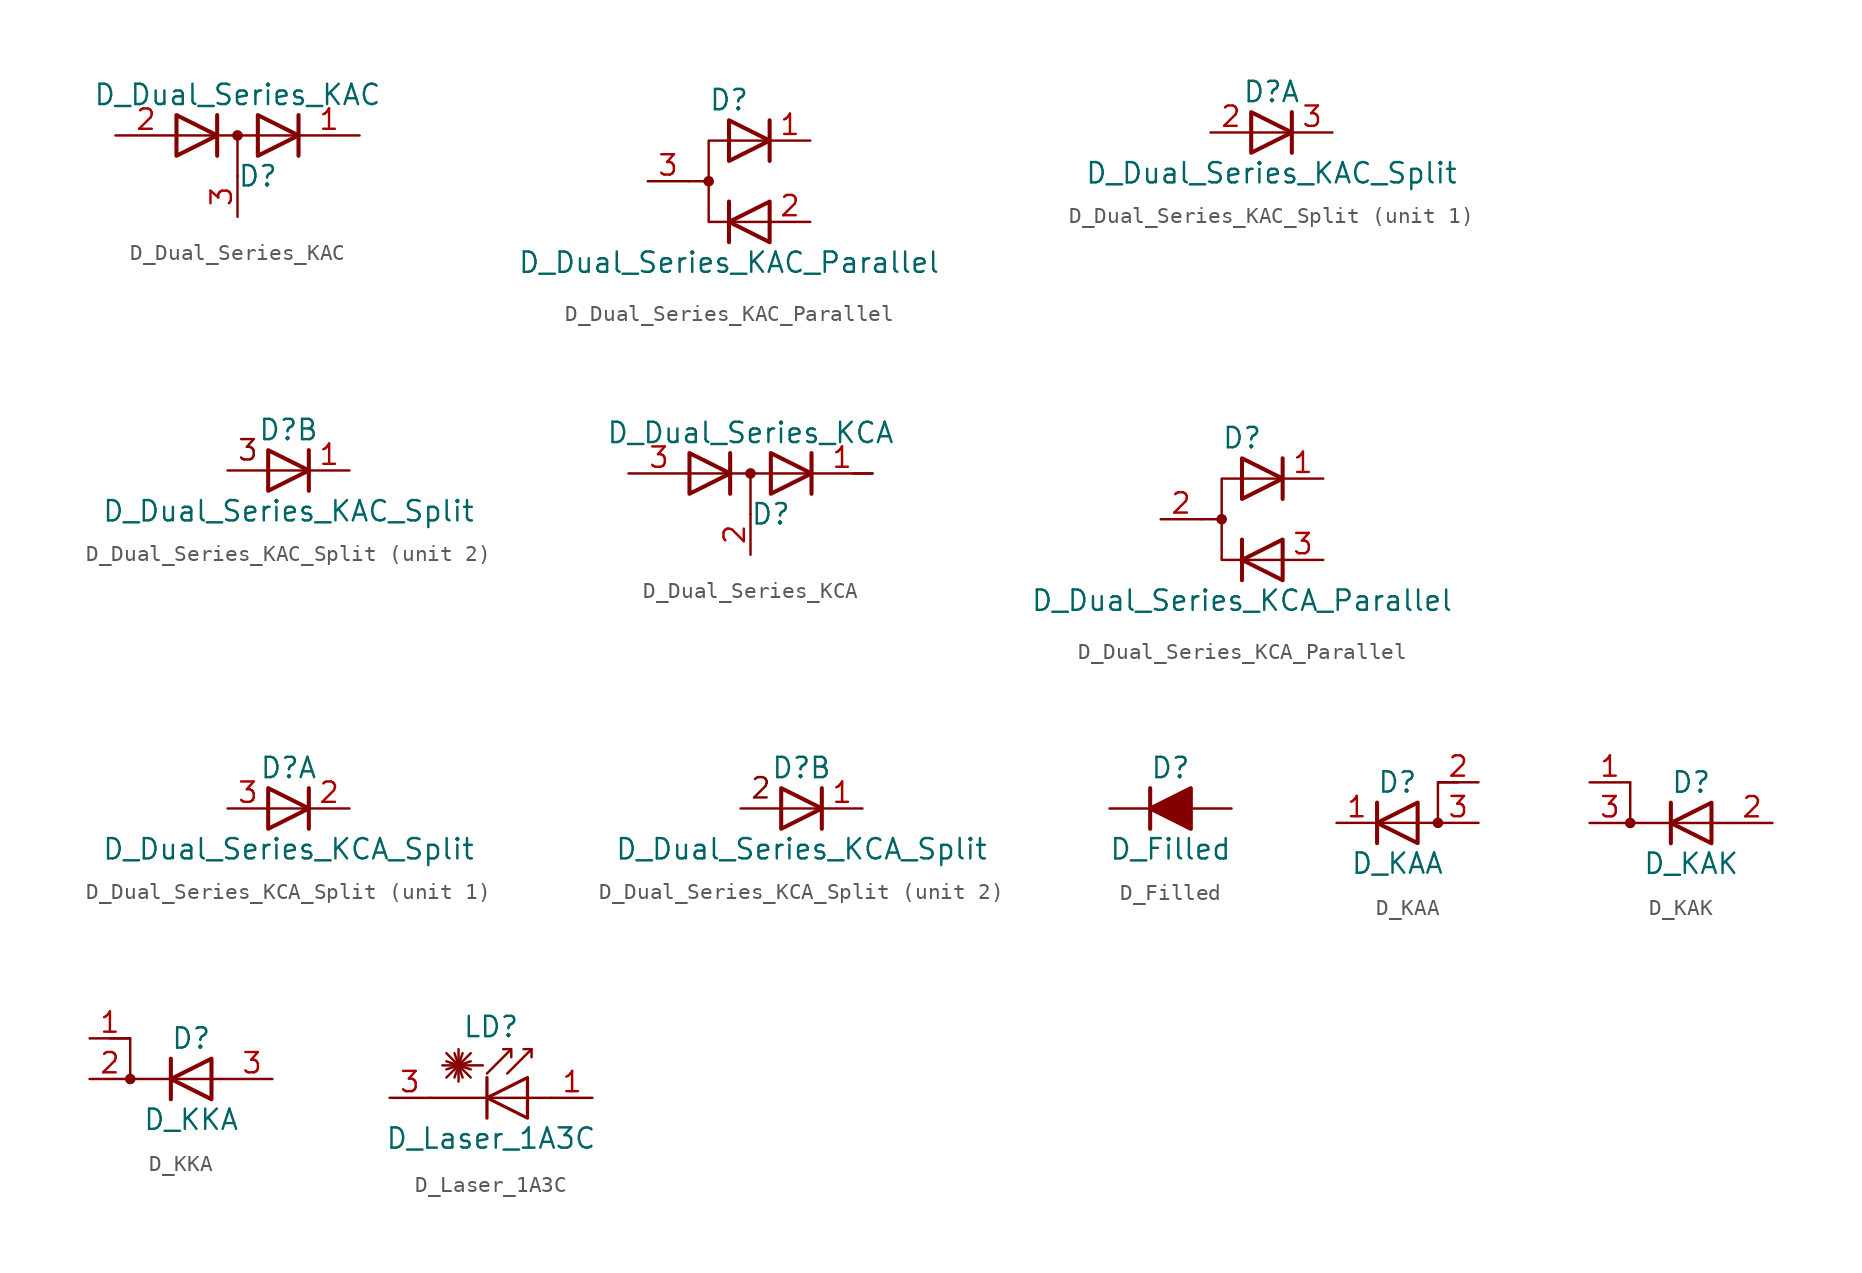
<source format=kicad_sym>
(kicad_symbol_lib
  (version 20241209)
  (generator "kicad_symbol_editor")
  (generator_version "9.0")
  (symbol "D_Dual_Series_KAC"
    (pin_names
      (offset 0.762)
      (hide yes))
    (property "Reference" "D"
      (at 1.27 -2.54 0)
      (effects (font (size 1.27 1.27))))
    (property "Value" "D_Dual_Series_KAC"
      (at 0 2.54 0)
      (effects (font (size 1.27 1.27))))
    (symbol "D_Dual_Series_KAC_0_1"
      (polyline (pts (xy -3.81 1.27) (xy -1.27 0) (xy -3.81 -1.27) (xy -3.81 1.27) (xy -3.81 1.27) (xy -3.81 1.27)) (stroke (width 0.254) (type solid)) (fill (type none)))
      (polyline (pts (xy -1.27 -1.27) (xy -1.27 1.27) (xy -1.27 1.27)) (stroke (width 0.254) (type solid)) (fill (type none)))
      (polyline (pts (xy 0 0) (xy 0 -2.54)) (stroke (width 0) (type solid)) (fill (type none)))
      (circle (center 0 0) (radius 0.254) (stroke (width 0) (type solid)) (fill (type outline)))
      (polyline (pts (xy 1.27 1.27) (xy 3.81 0) (xy 1.27 -1.27) (xy 1.27 1.27) (xy 1.27 1.27) (xy 1.27 1.27)) (stroke (width 0.254) (type solid)) (fill (type none)))
      (polyline (pts (xy 3.81 1.27) (xy 3.81 -1.27) (xy 3.81 -1.27)) (stroke (width 0.254) (type solid)) (fill (type none)))
      (polyline (pts (xy 3.81 0) (xy -3.81 0)) (stroke (width 0) (type solid)) (fill (type none)))
      (pin passive line (at -7.62 0 0) (length 3.81) (name "A" (effects (font (size 1.27 1.27)))) (number "2" (effects (font (size 1.27 1.27)))))
      (pin passive line (at 0 -5.08 90) (length 2.54) (name "common" (effects (font (size 1.27 1.27)))) (number "3" (effects (font (size 1.27 1.27)))))
      (pin passive line (at 7.62 0 180) (length 3.81) (name "K" (effects (font (size 1.27 1.27)))) (number "1" (effects (font (size 1.27 1.27)))))))
  (symbol "D_Dual_Series_KAC_Parallel"
    (pin_names
      (offset 0.762)
      (hide yes))
    (property "Reference" "D"
      (at 0 5.08 0)
      (effects (font (size 1.27 1.27))))
    (property "Value" "D_Dual_Series_KAC_Parallel"
      (at 0 -5.08 0)
      (effects (font (size 1.27 1.27))))
    (symbol "D_Dual_Series_KAC_Parallel_0_0"
      (polyline (pts (xy 0 -1.27) (xy 0 -3.81)) (stroke (width 0.254) (type solid)) (fill (type none)))
      (polyline (pts (xy 2.54 3.81) (xy 2.54 1.27)) (stroke (width 0.254) (type solid)) (fill (type none))))
    (symbol "D_Dual_Series_KAC_Parallel_0_1"
      (circle (center -1.27 0) (radius 0.254) (stroke (width 0) (type solid)) (fill (type outline)))
      (polyline (pts (xy -1.27 0) (xy -2.54 0)) (stroke (width 0) (type solid)) (fill (type none)))
      (polyline (pts (xy 0 3.81) (xy 2.54 2.54) (xy 0 1.27) (xy 0 3.81) (xy 0 3.81) (xy 0 3.81)) (stroke (width 0.254) (type solid)) (fill (type none)))
      (polyline (pts (xy 2.54 2.54) (xy -1.27 2.54) (xy -1.27 -2.54) (xy 2.54 -2.54)) (stroke (width 0) (type solid)) (fill (type none)))
      (polyline (pts (xy 2.54 -1.27) (xy 0 -2.54) (xy 2.54 -3.81) (xy 2.54 -1.27) (xy 2.54 -1.27) (xy 2.54 -1.27)) (stroke (width 0.254) (type solid)) (fill (type none)))
      (pin passive line (at -5.08 0 0) (length 2.54) (name "A" (effects (font (size 1.27 1.27)))) (number "3" (effects (font (size 1.27 1.27)))))
      (pin passive line (at 5.08 2.54 180) (length 2.54) (name "K" (effects (font (size 1.27 1.27)))) (number "1" (effects (font (size 1.27 1.27)))))
      (pin passive line (at 5.08 -2.54 180) (length 2.54) (name "K" (effects (font (size 1.27 1.27)))) (number "2" (effects (font (size 1.27 1.27)))))))
  (symbol "D_Dual_Series_KAC_Split"
    (pin_names
      (offset 0.762)
      (hide yes))
    (property "Reference" "D"
      (at 0 2.54 0)
      (effects (font (size 1.27 1.27))))
    (property "Value" "D_Dual_Series_KAC_Split"
      (at 0 -2.54 0)
      (effects (font (size 1.27 1.27))))
    (property "ki_locked" ""
      (at 0 0 0)
      (effects (font (size 1.27 1.27))))
    (symbol "D_Dual_Series_KAC_Split_0_0"
      (polyline (pts (xy 1.27 1.27) (xy 1.27 -1.27)) (stroke (width 0.254) (type solid)) (fill (type none))))
    (symbol "D_Dual_Series_KAC_Split_0_1"
      (polyline (pts (xy -1.27 1.27) (xy 1.27 0) (xy -1.27 -1.27) (xy -1.27 1.27) (xy -1.27 1.27) (xy -1.27 1.27)) (stroke (width 0.254) (type solid)) (fill (type none))))
    (symbol "D_Dual_Series_KAC_Split_1_1"
      (polyline (pts (xy 1.27 0) (xy -1.27 0)) (stroke (width 0) (type solid)) (fill (type none)))
      (pin passive line (at -3.81 0 0) (length 2.54) (name "A" (effects (font (size 1.27 1.27)))) (number "2" (effects (font (size 1.27 1.27)))))
      (pin passive line (at 3.81 0 180) (length 2.54) (name "K" (effects (font (size 1.27 1.27)))) (number "3" (effects (font (size 1.27 1.27))))))
    (symbol "D_Dual_Series_KAC_Split_2_0"
      (polyline (pts (xy 1.27 0) (xy -3.81 0)) (stroke (width 0) (type solid)) (fill (type none)))
      (text "3" (at -2.54 1.27 0) (effects (font (size 1.27 1.27)))))
    (symbol "D_Dual_Series_KAC_Split_2_1"
      (pin passive line (at 3.81 0 180) (length 2.54) (name "K" (effects (font (size 1.27 1.27)))) (number "1" (effects (font (size 1.27 1.27)))))))
  (symbol "D_Dual_Series_KCA"
    (pin_names
      (offset 0.762)
      (hide yes))
    (property "Reference" "D"
      (at 1.27 -2.54 0)
      (effects (font (size 1.27 1.27))))
    (property "Value" "D_Dual_Series_KCA"
      (at 0 2.54 0)
      (effects (font (size 1.27 1.27))))
    (symbol "D_Dual_Series_KCA_0_1"
      (polyline (pts (xy -3.81 1.27) (xy -1.27 0) (xy -3.81 -1.27) (xy -3.81 1.27) (xy -3.81 1.27) (xy -3.81 1.27)) (stroke (width 0.254) (type solid)) (fill (type none)))
      (polyline (pts (xy -1.27 -1.27) (xy -1.27 1.27) (xy -1.27 1.27)) (stroke (width 0.254) (type solid)) (fill (type none)))
      (polyline (pts (xy 0 0) (xy 0 -2.54)) (stroke (width 0) (type solid)) (fill (type none)))
      (circle (center 0 0) (radius 0.254) (stroke (width 0) (type solid)) (fill (type outline)))
      (polyline (pts (xy 1.27 1.27) (xy 3.81 0) (xy 1.27 -1.27) (xy 1.27 1.27) (xy 1.27 1.27) (xy 1.27 1.27)) (stroke (width 0.254) (type solid)) (fill (type none)))
      (polyline (pts (xy 3.81 1.27) (xy 3.81 -1.27) (xy 3.81 -1.27)) (stroke (width 0.254) (type solid)) (fill (type none)))
      (polyline (pts (xy 3.81 0) (xy -3.81 0)) (stroke (width 0) (type solid)) (fill (type none)))
      (polyline (pts (xy 6.35 0) (xy 7.62 0)) (stroke (width 0) (type solid)) (fill (type none)))
      (pin passive line (at -7.62 0 0) (length 3.81) (name "A" (effects (font (size 1.27 1.27)))) (number "3" (effects (font (size 1.27 1.27)))))
      (pin passive line (at 0 -5.08 90) (length 2.54) (name "common" (effects (font (size 1.27 1.27)))) (number "2" (effects (font (size 1.27 1.27)))))
      (pin passive line (at 7.62 0 180) (length 3.81) (name "K" (effects (font (size 1.27 1.27)))) (number "1" (effects (font (size 1.27 1.27)))))))
  (symbol "D_Dual_Series_KCA_Parallel"
    (pin_names
      (offset 0.762)
      (hide yes))
    (property "Reference" "D"
      (at 0 5.08 0)
      (effects (font (size 1.27 1.27))))
    (property "Value" "D_Dual_Series_KCA_Parallel"
      (at 0 -5.08 0)
      (effects (font (size 1.27 1.27))))
    (symbol "D_Dual_Series_KCA_Parallel_0_0"
      (polyline (pts (xy 0 -1.27) (xy 0 -3.81)) (stroke (width 0.254) (type solid)) (fill (type none)))
      (polyline (pts (xy 2.54 3.81) (xy 2.54 1.27)) (stroke (width 0.254) (type solid)) (fill (type none))))
    (symbol "D_Dual_Series_KCA_Parallel_0_1"
      (circle (center -1.27 0) (radius 0.254) (stroke (width 0) (type solid)) (fill (type outline)))
      (polyline (pts (xy -1.27 0) (xy -2.54 0)) (stroke (width 0) (type solid)) (fill (type none)))
      (polyline (pts (xy 0 3.81) (xy 2.54 2.54) (xy 0 1.27) (xy 0 3.81) (xy 0 3.81) (xy 0 3.81)) (stroke (width 0.254) (type solid)) (fill (type none)))
      (polyline (pts (xy 2.54 2.54) (xy -1.27 2.54) (xy -1.27 -2.54) (xy 2.54 -2.54)) (stroke (width 0) (type solid)) (fill (type none)))
      (polyline (pts (xy 2.54 -1.27) (xy 0 -2.54) (xy 2.54 -3.81) (xy 2.54 -1.27) (xy 2.54 -1.27) (xy 2.54 -1.27)) (stroke (width 0.254) (type solid)) (fill (type none)))
      (pin passive line (at -5.08 0 0) (length 2.54) (name "A" (effects (font (size 1.27 1.27)))) (number "2" (effects (font (size 1.27 1.27)))))
      (pin passive line (at 5.08 2.54 180) (length 2.54) (name "K" (effects (font (size 1.27 1.27)))) (number "1" (effects (font (size 1.27 1.27)))))
      (pin passive line (at 5.08 -2.54 180) (length 2.54) (name "K" (effects (font (size 1.27 1.27)))) (number "3" (effects (font (size 1.27 1.27)))))))
  (symbol "D_Dual_Series_KCA_Split"
    (pin_names
      (offset 0.762)
      (hide yes))
    (property "Reference" "D"
      (at 0 2.54 0)
      (effects (font (size 1.27 1.27))))
    (property "Value" "D_Dual_Series_KCA_Split"
      (at 0 -2.54 0)
      (effects (font (size 1.27 1.27))))
    (property "ki_locked" ""
      (at 0 0 0)
      (effects (font (size 1.27 1.27))))
    (symbol "D_Dual_Series_KCA_Split_0_0"
      (polyline (pts (xy 1.27 1.27) (xy 1.27 -1.27)) (stroke (width 0.254) (type solid)) (fill (type none))))
    (symbol "D_Dual_Series_KCA_Split_0_1"
      (polyline (pts (xy -1.27 1.27) (xy 1.27 0) (xy -1.27 -1.27) (xy -1.27 1.27) (xy -1.27 1.27) (xy -1.27 1.27)) (stroke (width 0.254) (type solid)) (fill (type none))))
    (symbol "D_Dual_Series_KCA_Split_1_1"
      (polyline (pts (xy 1.27 0) (xy -1.27 0)) (stroke (width 0) (type solid)) (fill (type none)))
      (pin passive line (at -3.81 0 0) (length 2.54) (name "A" (effects (font (size 1.27 1.27)))) (number "3" (effects (font (size 1.27 1.27)))))
      (pin passive line (at 3.81 0 180) (length 2.54) (name "K" (effects (font (size 1.27 1.27)))) (number "2" (effects (font (size 1.27 1.27))))))
    (symbol "D_Dual_Series_KCA_Split_2_0"
      (polyline (pts (xy 1.27 0) (xy -3.81 0)) (stroke (width 0) (type solid)) (fill (type none)))
      (text "2" (at -2.54 1.27 0) (effects (font (size 1.27 1.27)))))
    (symbol "D_Dual_Series_KCA_Split_2_1"
      (pin passive line (at 3.81 0 180) (length 2.54) (name "K" (effects (font (size 1.27 1.27)))) (number "1" (effects (font (size 1.27 1.27)))))))
  (symbol "D_Filled"
    (pin_numbers
      (hide yes))
    (pin_names
      (offset 1.016)
      (hide yes))
    (property "Reference" "D"
      (at 0 2.54 0)
      (effects (font (size 1.27 1.27))))
    (property "Value" "D_Filled"
      (at 0 -2.54 0)
      (effects (font (size 1.27 1.27))))
    (symbol "D_Filled_0_1"
      (polyline (pts (xy -1.27 1.27) (xy -1.27 -1.27)) (stroke (width 0.254) (type solid)) (fill (type none)))
      (polyline (pts (xy 1.27 1.27) (xy 1.27 -1.27) (xy -1.27 0) (xy 1.27 1.27)) (stroke (width 0.254) (type solid)) (fill (type outline)))
      (polyline (pts (xy 1.27 0) (xy -1.27 0)) (stroke (width 0) (type solid)) (fill (type none))))
    (symbol "D_Filled_1_1"
      (pin passive line (at -3.81 0 0) (length 2.54) (name "K" (effects (font (size 1.27 1.27)))) (number "1" (effects (font (size 1.27 1.27)))))
      (pin passive line (at 3.81 0 180) (length 2.54) (name "A" (effects (font (size 1.27 1.27)))) (number "2" (effects (font (size 1.27 1.27)))))))
  (symbol "D_KAA"
    (pin_names
      (offset 0)
      (hide yes))
    (property "Reference" "D"
      (at 0 2.54 0)
      (effects (font (size 1.27 1.27))))
    (property "Value" "D_KAA"
      (at 0 -2.54 0)
      (effects (font (size 1.27 1.27))))
    (symbol "D_KAA_0_1"
      (polyline (pts (xy -1.27 1.27) (xy -1.27 -1.27)) (stroke (width 0.254) (type solid)) (fill (type none)))
      (polyline (pts (xy 1.27 1.27) (xy 1.27 -1.27) (xy -1.27 0) (xy 1.27 1.27)) (stroke (width 0.254) (type solid)) (fill (type none)))
      (circle (center 2.54 0) (radius 0.254) (stroke (width 0) (type solid)) (fill (type outline)))
      (polyline (pts (xy 3.81 2.54) (xy 2.54 2.54) (xy 2.54 0) (xy -1.27 0)) (stroke (width 0) (type solid)) (fill (type none))))
    (symbol "D_KAA_1_1"
      (pin passive line (at -3.81 0 0) (length 2.54) (name "K" (effects (font (size 1.27 1.27)))) (number "1" (effects (font (size 1.27 1.27)))))
      (pin input line (at 5.08 2.54 180) (length 2.54) (name "A" (effects (font (size 1.27 1.27)))) (number "2" (effects (font (size 1.27 1.27)))))
      (pin passive line (at 5.08 0 180) (length 2.54) (name "A" (effects (font (size 1.27 1.27)))) (number "3" (effects (font (size 1.27 1.27)))))))
  (symbol "D_KAK"
    (pin_names
      (offset 0)
      (hide yes))
    (property "Reference" "D"
      (at 0 2.54 0)
      (effects (font (size 1.27 1.27))))
    (property "Value" "D_KAK"
      (at 0 -2.54 0)
      (effects (font (size 1.27 1.27))))
    (symbol "D_KAK_0_1"
      (polyline (pts (xy -3.81 2.54) (xy -3.81 0) (xy 2.54 0)) (stroke (width 0) (type solid)) (fill (type none)))
      (circle (center -3.81 0) (radius 0.254) (stroke (width 0) (type solid)) (fill (type outline)))
      (polyline (pts (xy -1.27 1.27) (xy -1.27 -1.27)) (stroke (width 0.254) (type solid)) (fill (type none)))
      (polyline (pts (xy 1.27 1.27) (xy 1.27 -1.27) (xy -1.27 0) (xy 1.27 1.27)) (stroke (width 0.254) (type solid)) (fill (type none))))
    (symbol "D_KAK_1_1"
      (pin passive line (at -6.35 2.54 0) (length 2.54) (name "K" (effects (font (size 1.27 1.27)))) (number "1" (effects (font (size 1.27 1.27)))))
      (pin passive line (at -6.35 0 0) (length 2.54) (name "K" (effects (font (size 1.27 1.27)))) (number "3" (effects (font (size 1.27 1.27)))))
      (pin passive line (at 5.08 0 180) (length 2.54) (name "A" (effects (font (size 1.27 1.27)))) (number "2" (effects (font (size 1.27 1.27)))))))
  (symbol "D_KKA"
    (pin_names
      (offset 0)
      (hide yes))
    (property "Reference" "D"
      (at 0 2.54 0)
      (effects (font (size 1.27 1.27))))
    (property "Value" "D_KKA"
      (at 0 -2.54 0)
      (effects (font (size 1.27 1.27))))
    (symbol "D_KKA_0_1"
      (polyline (pts (xy -5.08 2.54) (xy -3.81 2.54) (xy -3.81 0) (xy 2.54 0)) (stroke (width 0) (type solid)) (fill (type none)))
      (circle (center -3.81 0) (radius 0.254) (stroke (width 0) (type solid)) (fill (type outline)))
      (polyline (pts (xy -1.27 1.27) (xy -1.27 -1.27)) (stroke (width 0.254) (type solid)) (fill (type none)))
      (polyline (pts (xy 1.27 1.27) (xy 1.27 -1.27) (xy -1.27 0) (xy 1.27 1.27)) (stroke (width 0.254) (type solid)) (fill (type none))))
    (symbol "D_KKA_1_1"
      (pin input line (at -6.35 2.54 0) (length 2.54) (name "K" (effects (font (size 1.27 1.27)))) (number "1" (effects (font (size 1.27 1.27)))))
      (pin passive line (at -6.35 0 0) (length 2.54) (name "K" (effects (font (size 1.27 1.27)))) (number "2" (effects (font (size 1.27 1.27)))))
      (pin passive line (at 5.08 0 180) (length 2.54) (name "A" (effects (font (size 1.27 1.27)))) (number "3" (effects (font (size 1.27 1.27)))))))
  (symbol "D_Laser_1A3C"
    (pin_names
      (offset 1.016)
      (hide yes))
    (property "Reference" "LD"
      (at -1.27 4.445 0)
      (effects (font (size 1.27 1.27))))
    (property "Value" "D_Laser_1A3C"
      (at -1.27 -2.54 0)
      (effects (font (size 1.27 1.27))))
    (symbol "D_Laser_1A3C_0_1"
      (polyline (pts (xy -4.064 2.794) (xy -2.54 1.27)) (stroke (width 0) (type solid)) (fill (type none)))
      (polyline (pts (xy -4.064 2.286) (xy -2.54 1.778)) (stroke (width 0) (type solid)) (fill (type none)))
      (polyline (pts (xy -4.064 1.778) (xy -2.54 2.286)) (stroke (width 0) (type solid)) (fill (type none)))
      (polyline (pts (xy -4.064 1.27) (xy -2.54 2.794)) (stroke (width 0) (type solid)) (fill (type none)))
      (polyline (pts (xy -3.556 2.794) (xy -3.048 1.27)) (stroke (width 0) (type solid)) (fill (type none)))
      (polyline (pts (xy -3.302 2.032) (xy -3.302 3.048)) (stroke (width 0) (type solid)) (fill (type none)))
      (polyline (pts (xy -3.302 2.032) (xy -3.302 1.016)) (stroke (width 0) (type solid)) (fill (type none)))
      (polyline (pts (xy -3.048 2.794) (xy -3.556 1.27)) (stroke (width 0) (type solid)) (fill (type none)))
      (polyline (pts (xy -1.778 2.032) (xy -4.318 2.032)) (stroke (width 0) (type solid)) (fill (type none)))
      (polyline (pts (xy -1.524 1.524) (xy 0 3.048) (xy 0 2.54) (xy 0 3.048) (xy -0.508 3.048)) (stroke (width 0) (type solid)) (fill (type none)))
      (polyline (pts (xy -1.524 1.27) (xy -1.524 -1.27)) (stroke (width 0.203) (type solid)) (fill (type none)))
      (polyline (pts (xy -0.254 1.524) (xy 1.27 3.048) (xy 1.27 2.54)) (stroke (width 0) (type solid)) (fill (type none)))
      (polyline (pts (xy 1.016 1.27) (xy 1.016 -1.27) (xy -1.524 0) (xy 1.016 1.27)) (stroke (width 0.203) (type solid)) (fill (type none)))
      (polyline (pts (xy 1.27 3.048) (xy 0.762 3.048)) (stroke (width 0) (type solid)) (fill (type none)))
      (polyline (pts (xy 2.54 0) (xy -5.08 0)) (stroke (width 0) (type solid)) (fill (type none))))
    (symbol "D_Laser_1A3C_1_1"
      (pin passive line (at -7.62 0 0) (length 2.54) (name "K" (effects (font (size 1.27 1.27)))) (number "3" (effects (font (size 1.27 1.27)))))
      (pin passive line (at 5.08 0 180) (length 2.54) (name "A" (effects (font (size 1.27 1.27)))) (number "1" (effects (font (size 1.27 1.27))))))))
</source>
